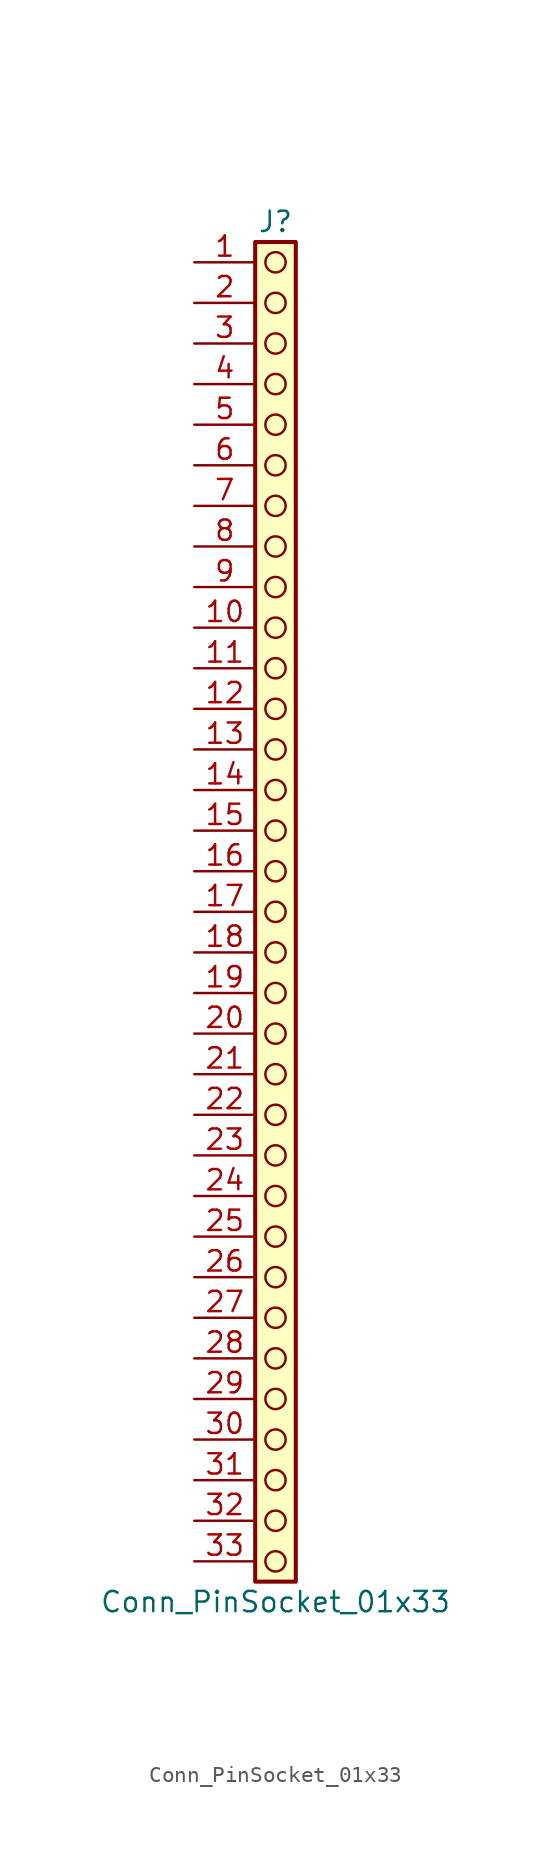
<source format=kicad_sym>
(kicad_symbol_lib
  (version 20241209)
  (generator "kicad_symbol_editor")
  (generator_version "9.0")
  (symbol "Conn_PinSocket_01x33"
    (pin_names
      (offset 1.016)
      (hide yes))
    (property "Reference" "J"
      (at 0 43.18 0)
      (effects (font (size 1.27 1.27))))
    (property "Value" "Conn_PinSocket_01x33"
      (at 0 -43.18 0)
      (effects (font (size 1.27 1.27))))
    (symbol "Conn_PinSocket_01x33_1_1"
      (rectangle (start -1.27 41.91) (end 1.27 -41.91) (stroke (width 0.254) (type default)) (fill (type background)))
      (circle (center 0 40.64) (radius 0.635) (stroke (width 0) (type solid) (color 132 0 0 1)) (fill (type none)))
      (circle (center 0 38.1) (radius 0.635) (stroke (width 0) (type solid) (color 132 0 0 1)) (fill (type none)))
      (circle (center 0 35.56) (radius 0.635) (stroke (width 0) (type solid) (color 132 0 0 1)) (fill (type none)))
      (circle (center 0 33.02) (radius 0.635) (stroke (width 0) (type solid) (color 132 0 0 1)) (fill (type none)))
      (circle (center 0 30.48) (radius 0.635) (stroke (width 0) (type solid) (color 132 0 0 1)) (fill (type none)))
      (circle (center 0 27.94) (radius 0.635) (stroke (width 0) (type solid) (color 132 0 0 1)) (fill (type none)))
      (circle (center 0 25.4) (radius 0.635) (stroke (width 0) (type solid) (color 132 0 0 1)) (fill (type none)))
      (circle (center 0 22.86) (radius 0.635) (stroke (width 0) (type solid) (color 132 0 0 1)) (fill (type none)))
      (circle (center 0 20.32) (radius 0.635) (stroke (width 0) (type solid) (color 132 0 0 1)) (fill (type none)))
      (circle (center 0 17.78) (radius 0.635) (stroke (width 0) (type solid) (color 132 0 0 1)) (fill (type none)))
      (circle (center 0 15.24) (radius 0.635) (stroke (width 0) (type solid) (color 132 0 0 1)) (fill (type none)))
      (circle (center 0 12.7) (radius 0.635) (stroke (width 0) (type solid) (color 132 0 0 1)) (fill (type none)))
      (circle (center 0 10.16) (radius 0.635) (stroke (width 0) (type solid) (color 132 0 0 1)) (fill (type none)))
      (circle (center 0 7.62) (radius 0.635) (stroke (width 0) (type solid) (color 132 0 0 1)) (fill (type none)))
      (circle (center 0 5.08) (radius 0.635) (stroke (width 0) (type solid) (color 132 0 0 1)) (fill (type none)))
      (circle (center 0 2.54) (radius 0.635) (stroke (width 0) (type solid) (color 132 0 0 1)) (fill (type none)))
      (circle (center 0 0) (radius 0.635) (stroke (width 0) (type solid) (color 132 0 0 1)) (fill (type none)))
      (circle (center 0 -2.54) (radius 0.635) (stroke (width 0) (type solid) (color 132 0 0 1)) (fill (type none)))
      (circle (center 0 -5.08) (radius 0.635) (stroke (width 0) (type solid) (color 132 0 0 1)) (fill (type none)))
      (circle (center 0 -7.62) (radius 0.635) (stroke (width 0) (type solid) (color 132 0 0 1)) (fill (type none)))
      (circle (center 0 -10.16) (radius 0.635) (stroke (width 0) (type solid) (color 132 0 0 1)) (fill (type none)))
      (circle (center 0 -12.7) (radius 0.635) (stroke (width 0) (type solid) (color 132 0 0 1)) (fill (type none)))
      (circle (center 0 -15.24) (radius 0.635) (stroke (width 0) (type solid) (color 132 0 0 1)) (fill (type none)))
      (circle (center 0 -17.78) (radius 0.635) (stroke (width 0) (type solid) (color 132 0 0 1)) (fill (type none)))
      (circle (center 0 -20.32) (radius 0.635) (stroke (width 0) (type solid) (color 132 0 0 1)) (fill (type none)))
      (circle (center 0 -22.86) (radius 0.635) (stroke (width 0) (type solid) (color 132 0 0 1)) (fill (type none)))
      (circle (center 0 -25.4) (radius 0.635) (stroke (width 0) (type solid) (color 132 0 0 1)) (fill (type none)))
      (circle (center 0 -27.94) (radius 0.635) (stroke (width 0) (type solid) (color 132 0 0 1)) (fill (type none)))
      (circle (center 0 -30.48) (radius 0.635) (stroke (width 0) (type solid) (color 132 0 0 1)) (fill (type none)))
      (circle (center 0 -33.02) (radius 0.635) (stroke (width 0) (type solid) (color 132 0 0 1)) (fill (type none)))
      (circle (center 0 -35.56) (radius 0.635) (stroke (width 0) (type solid) (color 132 0 0 1)) (fill (type none)))
      (circle (center 0 -38.1) (radius 0.635) (stroke (width 0) (type solid) (color 132 0 0 1)) (fill (type none)))
      (circle (center 0 -40.64) (radius 0.635) (stroke (width 0) (type solid) (color 132 0 0 1)) (fill (type none)))
      (pin passive line (at -5.08 40.64 0) (length 3.81) (name "Pin_1" (effects (font (size 1.27 1.27)))) (number "1" (effects (font (size 1.27 1.27)))))
      (pin passive line (at -5.08 38.1 0) (length 3.81) (name "Pin_2" (effects (font (size 1.27 1.27)))) (number "2" (effects (font (size 1.27 1.27)))))
      (pin passive line (at -5.08 35.56 0) (length 3.81) (name "Pin_3" (effects (font (size 1.27 1.27)))) (number "3" (effects (font (size 1.27 1.27)))))
      (pin passive line (at -5.08 33.02 0) (length 3.81) (name "Pin_4" (effects (font (size 1.27 1.27)))) (number "4" (effects (font (size 1.27 1.27)))))
      (pin passive line (at -5.08 30.48 0) (length 3.81) (name "Pin_5" (effects (font (size 1.27 1.27)))) (number "5" (effects (font (size 1.27 1.27)))))
      (pin passive line (at -5.08 27.94 0) (length 3.81) (name "Pin_6" (effects (font (size 1.27 1.27)))) (number "6" (effects (font (size 1.27 1.27)))))
      (pin passive line (at -5.08 25.4 0) (length 3.81) (name "Pin_7" (effects (font (size 1.27 1.27)))) (number "7" (effects (font (size 1.27 1.27)))))
      (pin passive line (at -5.08 22.86 0) (length 3.81) (name "Pin_8" (effects (font (size 1.27 1.27)))) (number "8" (effects (font (size 1.27 1.27)))))
      (pin passive line (at -5.08 20.32 0) (length 3.81) (name "Pin_9" (effects (font (size 1.27 1.27)))) (number "9" (effects (font (size 1.27 1.27)))))
      (pin passive line (at -5.08 17.78 0) (length 3.81) (name "Pin_10" (effects (font (size 1.27 1.27)))) (number "10" (effects (font (size 1.27 1.27)))))
      (pin passive line (at -5.08 15.24 0) (length 3.81) (name "Pin_11" (effects (font (size 1.27 1.27)))) (number "11" (effects (font (size 1.27 1.27)))))
      (pin passive line (at -5.08 12.7 0) (length 3.81) (name "Pin_12" (effects (font (size 1.27 1.27)))) (number "12" (effects (font (size 1.27 1.27)))))
      (pin passive line (at -5.08 10.16 0) (length 3.81) (name "Pin_13" (effects (font (size 1.27 1.27)))) (number "13" (effects (font (size 1.27 1.27)))))
      (pin passive line (at -5.08 7.62 0) (length 3.81) (name "Pin_14" (effects (font (size 1.27 1.27)))) (number "14" (effects (font (size 1.27 1.27)))))
      (pin passive line (at -5.08 5.08 0) (length 3.81) (name "Pin_15" (effects (font (size 1.27 1.27)))) (number "15" (effects (font (size 1.27 1.27)))))
      (pin passive line (at -5.08 2.54 0) (length 3.81) (name "Pin_16" (effects (font (size 1.27 1.27)))) (number "16" (effects (font (size 1.27 1.27)))))
      (pin passive line (at -5.08 0 0) (length 3.81) (name "Pin_17" (effects (font (size 1.27 1.27)))) (number "17" (effects (font (size 1.27 1.27)))))
      (pin passive line (at -5.08 -2.54 0) (length 3.81) (name "Pin_18" (effects (font (size 1.27 1.27)))) (number "18" (effects (font (size 1.27 1.27)))))
      (pin passive line (at -5.08 -5.08 0) (length 3.81) (name "Pin_19" (effects (font (size 1.27 1.27)))) (number "19" (effects (font (size 1.27 1.27)))))
      (pin passive line (at -5.08 -7.62 0) (length 3.81) (name "Pin_20" (effects (font (size 1.27 1.27)))) (number "20" (effects (font (size 1.27 1.27)))))
      (pin passive line (at -5.08 -10.16 0) (length 3.81) (name "Pin_21" (effects (font (size 1.27 1.27)))) (number "21" (effects (font (size 1.27 1.27)))))
      (pin passive line (at -5.08 -12.7 0) (length 3.81) (name "Pin_22" (effects (font (size 1.27 1.27)))) (number "22" (effects (font (size 1.27 1.27)))))
      (pin passive line (at -5.08 -15.24 0) (length 3.81) (name "Pin_23" (effects (font (size 1.27 1.27)))) (number "23" (effects (font (size 1.27 1.27)))))
      (pin passive line (at -5.08 -17.78 0) (length 3.81) (name "Pin_24" (effects (font (size 1.27 1.27)))) (number "24" (effects (font (size 1.27 1.27)))))
      (pin passive line (at -5.08 -20.32 0) (length 3.81) (name "Pin_25" (effects (font (size 1.27 1.27)))) (number "25" (effects (font (size 1.27 1.27)))))
      (pin passive line (at -5.08 -22.86 0) (length 3.81) (name "Pin_26" (effects (font (size 1.27 1.27)))) (number "26" (effects (font (size 1.27 1.27)))))
      (pin passive line (at -5.08 -25.4 0) (length 3.81) (name "Pin_27" (effects (font (size 1.27 1.27)))) (number "27" (effects (font (size 1.27 1.27)))))
      (pin passive line (at -5.08 -27.94 0) (length 3.81) (name "Pin_28" (effects (font (size 1.27 1.27)))) (number "28" (effects (font (size 1.27 1.27)))))
      (pin passive line (at -5.08 -30.48 0) (length 3.81) (name "Pin_29" (effects (font (size 1.27 1.27)))) (number "29" (effects (font (size 1.27 1.27)))))
      (pin passive line (at -5.08 -33.02 0) (length 3.81) (name "Pin_30" (effects (font (size 1.27 1.27)))) (number "30" (effects (font (size 1.27 1.27)))))
      (pin passive line (at -5.08 -35.56 0) (length 3.81) (name "Pin_31" (effects (font (size 1.27 1.27)))) (number "31" (effects (font (size 1.27 1.27)))))
      (pin passive line (at -5.08 -38.1 0) (length 3.81) (name "Pin_32" (effects (font (size 1.27 1.27)))) (number "32" (effects (font (size 1.27 1.27)))))
      (pin passive line (at -5.08 -40.64 0) (length 3.81) (name "Pin_33" (effects (font (size 1.27 1.27)))) (number "33" (effects (font (size 1.27 1.27))))))))
</source>
